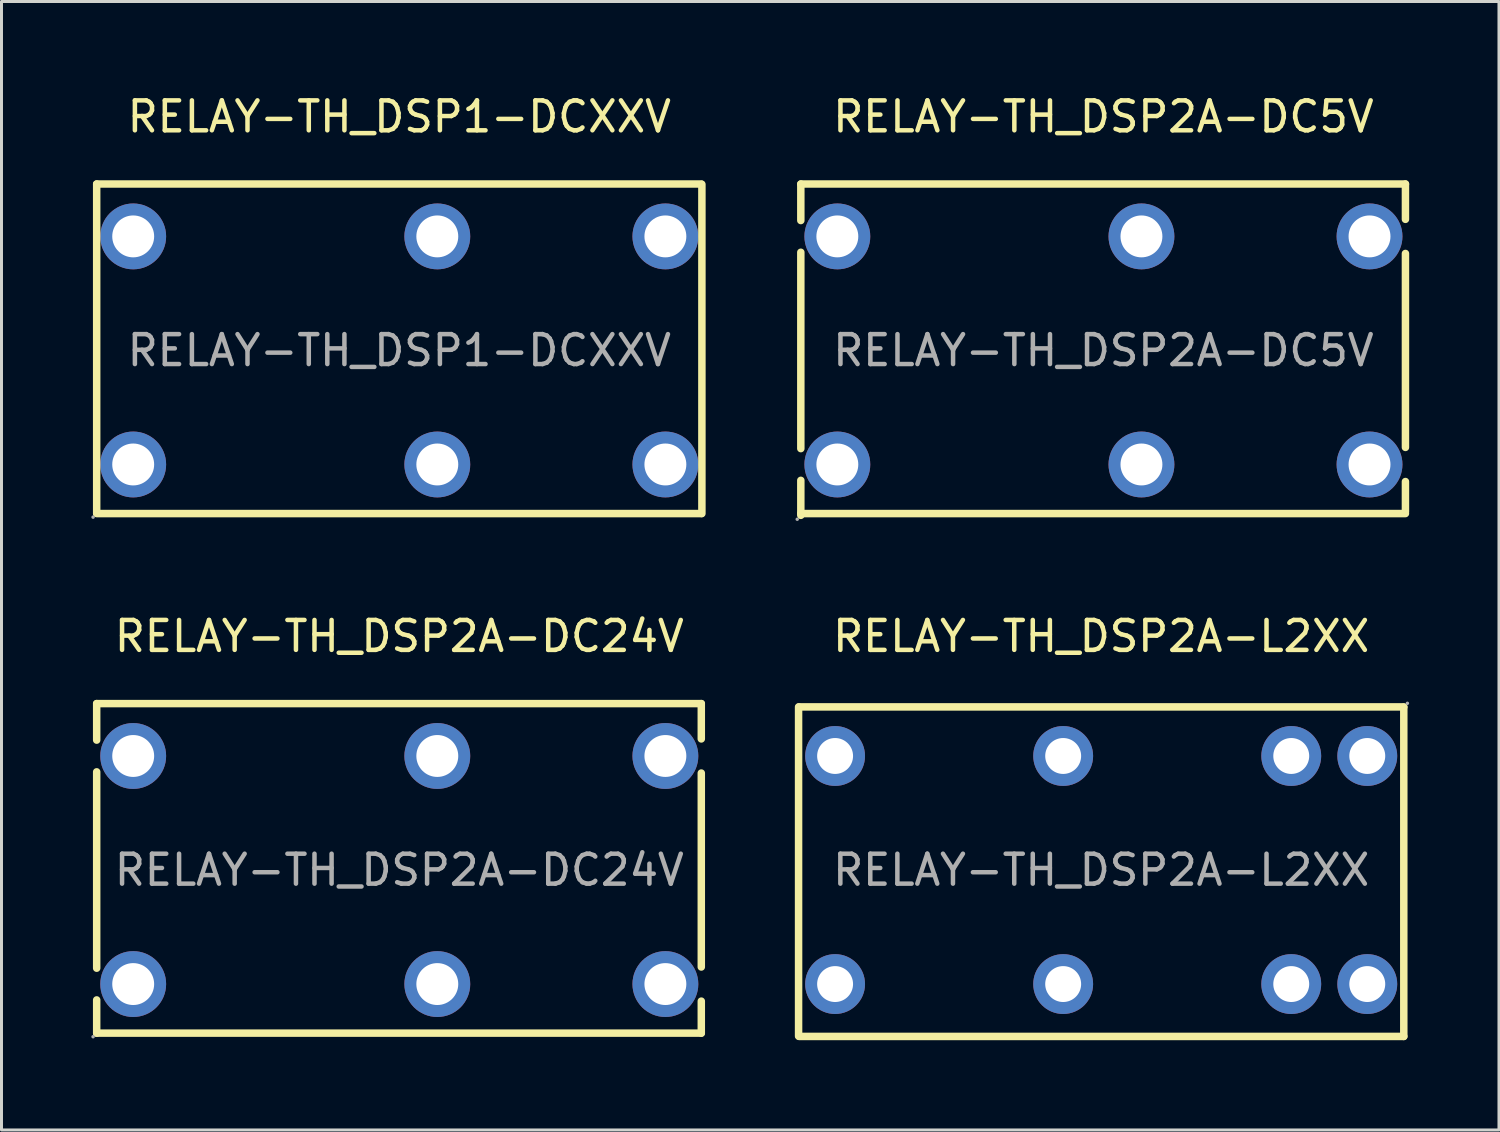
<source format=kicad_pcb>
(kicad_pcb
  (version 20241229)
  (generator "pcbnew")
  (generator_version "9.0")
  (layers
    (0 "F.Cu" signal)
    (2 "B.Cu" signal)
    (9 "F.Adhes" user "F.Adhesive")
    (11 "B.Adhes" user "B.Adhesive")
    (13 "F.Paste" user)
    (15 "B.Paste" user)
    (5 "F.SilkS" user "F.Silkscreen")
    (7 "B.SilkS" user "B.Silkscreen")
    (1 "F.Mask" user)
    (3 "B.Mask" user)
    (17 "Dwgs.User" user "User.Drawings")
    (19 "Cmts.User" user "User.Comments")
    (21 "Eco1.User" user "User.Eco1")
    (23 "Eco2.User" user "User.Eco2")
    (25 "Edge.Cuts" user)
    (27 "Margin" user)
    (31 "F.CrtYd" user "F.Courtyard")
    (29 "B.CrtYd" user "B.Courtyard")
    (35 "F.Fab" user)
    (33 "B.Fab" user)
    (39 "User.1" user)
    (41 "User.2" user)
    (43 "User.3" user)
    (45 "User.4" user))
  (footprint "RELAY-TH_DSP1-DCXXV"
    (layer "F.Cu")
    (at 10.29 8.658)
    (property "Reference" "RELAY-TH_DSP1-DCXXV" (at 0 -7.81 0) (layer "F.SilkS") (effects (font (size 1 1) (thickness 0.15))))
    (attr through_hole)
    (fp_line (start -10.11 -5.56) (end -10.11 5.44) (stroke (width 0.25) (type solid)) (layer "F.SilkS"))
    (fp_line (start -10.11 -5.56) (end 10.09 -5.56) (stroke (width 0.25) (type solid)) (layer "F.SilkS"))
    (fp_line (start -10.11 5.45) (end 10.09 5.45) (stroke (width 0.25) (type solid)) (layer "F.SilkS"))
    (fp_line (start 10.11 -5.55) (end 10.11 5.45) (stroke (width 0.25) (type solid)) (layer "F.SilkS"))
    (fp_circle (center -10.23 5.57) (end -10.2 5.57) (stroke (width 0.06) (type solid)) (fill no) (layer "F.Fab"))
    (fp_circle (center -8.89 -3.81) (end -8.59 -3.81) (stroke (width 0.6) (type solid)) (fill no) (layer "F.Fab"))
    (fp_circle (center -8.89 3.81) (end -8.59 3.81) (stroke (width 0.6) (type solid)) (fill no) (layer "F.Fab"))
    (fp_circle (center 1.27 -3.81) (end 1.57 -3.81) (stroke (width 0.6) (type solid)) (fill no) (layer "F.Fab"))
    (fp_circle (center 1.27 3.81) (end 1.57 3.81) (stroke (width 0.6) (type solid)) (fill no) (layer "F.Fab"))
    (fp_circle (center 8.89 -3.81) (end 9.19 -3.81) (stroke (width 0.6) (type solid)) (fill no) (layer "F.Fab"))
    (fp_circle (center 8.89 3.81) (end 9.19 3.81) (stroke (width 0.6) (type solid)) (fill no) (layer "F.Fab"))
    (fp_text user "${REFERENCE}" (at 0 0 0) (layer "F.Fab") (effects (font (size 1 1) (thickness 0.15))))
    (pad "1" thru_hole circle (at -8.89 3.81 180) (size 2.2 2.2) (drill 1.4) (layers "*.Cu" "*.Paste" "*.Mask"))
    (pad "5" thru_hole circle (at 1.27 3.81 180) (size 2.2 2.2) (drill 1.4) (layers "*.Cu" "*.Paste" "*.Mask"))
    (pad "8" thru_hole circle (at 8.89 3.81 180) (size 2.2 2.2) (drill 1.4) (layers "*.Cu" "*.Paste" "*.Mask"))
    (pad "9" thru_hole circle (at 8.89 -3.81 180) (size 2.2 2.2) (drill 1.4) (layers "*.Cu" "*.Paste" "*.Mask"))
    (pad "12" thru_hole circle (at 1.27 -3.81 180) (size 2.2 2.2) (drill 1.4) (layers "*.Cu" "*.Paste" "*.Mask"))
    (pad "16" thru_hole circle (at -8.89 -3.81 180) (size 2.2 2.2) (drill 1.4) (layers "*.Cu" "*.Paste" "*.Mask")))
  (footprint "RELAY-TH_DSP2A-L2XX"
    (layer "F.Cu")
    (at 33.74 26.017)
    (property "Reference" "RELAY-TH_DSP2A-L2XX" (at 0 -7.81 0) (layer "F.SilkS") (effects (font (size 1 1) (thickness 0.15))))
    (attr through_hole)
    (fp_line (start -10.11 5.55) (end -10.11 -5.45) (stroke (width 0.25) (type solid)) (layer "F.SilkS"))
    (fp_line (start 10.11 -5.45) (end -10.09 -5.45) (stroke (width 0.25) (type solid)) (layer "F.SilkS"))
    (fp_line (start 10.11 5.56) (end -10.09 5.56) (stroke (width 0.25) (type solid)) (layer "F.SilkS"))
    (fp_line (start 10.11 5.56) (end 10.11 -5.44) (stroke (width 0.25) (type solid)) (layer "F.SilkS"))
    (fp_circle (center -8.89 -3.81) (end -8.64 -3.81) (stroke (width 0.5) (type solid)) (fill no) (layer "F.Fab"))
    (fp_circle (center -8.89 3.81) (end -8.64 3.81) (stroke (width 0.5) (type solid)) (fill no) (layer "F.Fab"))
    (fp_circle (center -1.27 -3.81) (end -1.02 -3.81) (stroke (width 0.5) (type solid)) (fill no) (layer "F.Fab"))
    (fp_circle (center -1.27 3.81) (end -1.02 3.81) (stroke (width 0.5) (type solid)) (fill no) (layer "F.Fab"))
    (fp_circle (center 6.35 -3.81) (end 6.6 -3.81) (stroke (width 0.5) (type solid)) (fill no) (layer "F.Fab"))
    (fp_circle (center 6.35 3.81) (end 6.6 3.81) (stroke (width 0.5) (type solid)) (fill no) (layer "F.Fab"))
    (fp_circle (center 8.89 -3.81) (end 9.14 -3.81) (stroke (width 0.5) (type solid)) (fill no) (layer "F.Fab"))
    (fp_circle (center 8.89 3.81) (end 9.14 3.81) (stroke (width 0.5) (type solid)) (fill no) (layer "F.Fab"))
    (fp_circle (center 10.23 -5.57) (end 10.26 -5.57) (stroke (width 0.06) (type solid)) (fill no) (layer "F.Fab"))
    (fp_text user "${REFERENCE}" (at 0 0 0) (layer "F.Fab") (effects (font (size 1 1) (thickness 0.15))))
    (pad "1" thru_hole circle (at 8.89 -3.81) (size 2 2) (drill 1.2) (layers "*.Cu" "*.Paste" "*.Mask"))
    (pad "2" thru_hole circle (at 6.35 -3.81) (size 2 2) (drill 1.2) (layers "*.Cu" "*.Paste" "*.Mask"))
    (pad "5" thru_hole circle (at -1.27 -3.81) (size 2 2) (drill 1.2) (layers "*.Cu" "*.Paste" "*.Mask"))
    (pad "8" thru_hole circle (at -8.89 -3.81) (size 2 2) (drill 1.2) (layers "*.Cu" "*.Paste" "*.Mask"))
    (pad "9" thru_hole circle (at -8.89 3.81) (size 2 2) (drill 1.2) (layers "*.Cu" "*.Paste" "*.Mask"))
    (pad "12" thru_hole circle (at -1.27 3.81) (size 2 2) (drill 1.2) (layers "*.Cu" "*.Paste" "*.Mask"))
    (pad "15" thru_hole circle (at 6.35 3.81) (size 2 2) (drill 1.2) (layers "*.Cu" "*.Paste" "*.Mask"))
    (pad "16" thru_hole circle (at 8.89 3.81) (size 2 2) (drill 1.2) (layers "*.Cu" "*.Paste" "*.Mask")))
  (footprint "RELAY-TH_DSP2A-DC24V"
    (layer "F.Cu")
    (at 10.29 26.017)
    (property "Reference" "RELAY-TH_DSP2A-DC24V" (at 0 -7.81 0) (layer "F.SilkS") (effects (font (size 1 1) (thickness 0.15))))
    (attr through_hole)
    (fp_line (start -10.11 -5.56) (end -10.11 -4.34) (stroke (width 0.25) (type solid)) (layer "F.SilkS"))
    (fp_line (start -10.11 -5.56) (end 10.09 -5.56) (stroke (width 0.25) (type solid)) (layer "F.SilkS"))
    (fp_line (start -10.11 -3.28) (end -10.11 3.28) (stroke (width 0.25) (type solid)) (layer "F.SilkS"))
    (fp_line (start -10.11 4.34) (end -10.11 5.45) (stroke (width 0.25) (type solid)) (layer "F.SilkS"))
    (fp_line (start -10.11 5.45) (end 10.09 5.45) (stroke (width 0.25) (type solid)) (layer "F.SilkS"))
    (fp_line (start 10.09 -5.56) (end 10.09 -4.38) (stroke (width 0.25) (type solid)) (layer "F.SilkS"))
    (fp_line (start 10.09 -3.24) (end 10.09 3.24) (stroke (width 0.25) (type solid)) (layer "F.SilkS"))
    (fp_line (start 10.09 4.38) (end 10.09 5.45) (stroke (width 0.25) (type solid)) (layer "F.SilkS"))
    (fp_circle (center -10.23 5.57) (end -10.2 5.57) (stroke (width 0.06) (type solid)) (fill no) (layer "F.Fab"))
    (fp_circle (center -8.89 -3.81) (end -8.59 -3.81) (stroke (width 0.6) (type solid)) (fill no) (layer "F.Fab"))
    (fp_circle (center -8.89 3.81) (end -8.59 3.81) (stroke (width 0.6) (type solid)) (fill no) (layer "F.Fab"))
    (fp_circle (center 1.27 -3.81) (end 1.57 -3.81) (stroke (width 0.6) (type solid)) (fill no) (layer "F.Fab"))
    (fp_circle (center 1.27 3.81) (end 1.57 3.81) (stroke (width 0.6) (type solid)) (fill no) (layer "F.Fab"))
    (fp_circle (center 8.89 -3.81) (end 9.19 -3.81) (stroke (width 0.6) (type solid)) (fill no) (layer "F.Fab"))
    (fp_circle (center 8.89 3.81) (end 9.19 3.81) (stroke (width 0.6) (type solid)) (fill no) (layer "F.Fab"))
    (fp_text user "${REFERENCE}" (at 0 0 0) (layer "F.Fab") (effects (font (size 1 1) (thickness 0.15))))
    (pad "1" thru_hole circle (at -8.89 3.81 180) (size 2.2 2.2) (drill 1.4) (layers "*.Cu" "*.Paste" "*.Mask"))
    (pad "5" thru_hole circle (at 1.27 3.81 180) (size 2.2 2.2) (drill 1.4) (layers "*.Cu" "*.Paste" "*.Mask"))
    (pad "8" thru_hole circle (at 8.89 3.81 180) (size 2.2 2.2) (drill 1.4) (layers "*.Cu" "*.Paste" "*.Mask"))
    (pad "9" thru_hole circle (at 8.89 -3.81 180) (size 2.2 2.2) (drill 1.4) (layers "*.Cu" "*.Paste" "*.Mask"))
    (pad "12" thru_hole circle (at 1.27 -3.81 180) (size 2.2 2.2) (drill 1.4) (layers "*.Cu" "*.Paste" "*.Mask"))
    (pad "16" thru_hole circle (at -8.89 -3.81 180) (size 2.2 2.2) (drill 1.4) (layers "*.Cu" "*.Paste" "*.Mask")))
  (footprint "RELAY-TH_DSP2A-DC5V"
    (layer "F.Cu")
    (at 33.815 8.658)
    (property "Reference" "RELAY-TH_DSP2A-DC5V" (at 0 -7.81 0) (layer "F.SilkS") (effects (font (size 1 1) (thickness 0.15))))
    (attr through_hole)
    (fp_line (start -10.11 -5.56) (end -10.11 -4.34) (stroke (width 0.25) (type solid)) (layer "F.SilkS"))
    (fp_line (start -10.11 -5.56) (end 10.09 -5.56) (stroke (width 0.25) (type solid)) (layer "F.SilkS"))
    (fp_line (start -10.11 -3.28) (end -10.11 3.28) (stroke (width 0.25) (type solid)) (layer "F.SilkS"))
    (fp_line (start -10.11 4.34) (end -10.11 5.51) (stroke (width 0.25) (type solid)) (layer "F.SilkS"))
    (fp_line (start -10.11 5.45) (end 10.09 5.45) (stroke (width 0.25) (type solid)) (layer "F.SilkS"))
    (fp_line (start 10.09 -5.56) (end 10.09 -4.38) (stroke (width 0.25) (type solid)) (layer "F.SilkS"))
    (fp_line (start 10.09 -3.24) (end 10.09 3.24) (stroke (width 0.25) (type solid)) (layer "F.SilkS"))
    (fp_line (start 10.09 4.38) (end 10.09 5.39) (stroke (width 0.25) (type solid)) (layer "F.SilkS"))
    (fp_circle (center -10.23 5.64) (end -10.2 5.64) (stroke (width 0.06) (type solid)) (fill no) (layer "F.Fab"))
    (fp_circle (center -8.89 -3.81) (end -8.59 -3.81) (stroke (width 0.6) (type solid)) (fill no) (layer "F.Fab"))
    (fp_circle (center -8.89 3.81) (end -8.59 3.81) (stroke (width 0.6) (type solid)) (fill no) (layer "F.Fab"))
    (fp_circle (center 1.27 -3.81) (end 1.57 -3.81) (stroke (width 0.6) (type solid)) (fill no) (layer "F.Fab"))
    (fp_circle (center 1.27 3.81) (end 1.57 3.81) (stroke (width 0.6) (type solid)) (fill no) (layer "F.Fab"))
    (fp_circle (center 8.89 -3.81) (end 9.19 -3.81) (stroke (width 0.6) (type solid)) (fill no) (layer "F.Fab"))
    (fp_circle (center 8.89 3.81) (end 9.19 3.81) (stroke (width 0.6) (type solid)) (fill no) (layer "F.Fab"))
    (fp_text user "${REFERENCE}" (at 0 0 0) (layer "F.Fab") (effects (font (size 1 1) (thickness 0.15))))
    (pad "1" thru_hole circle (at -8.89 3.81 180) (size 2.2 2.2) (drill 1.4) (layers "*.Cu" "*.Paste" "*.Mask"))
    (pad "5" thru_hole circle (at 1.27 3.81 180) (size 2.2 2.2) (drill 1.4) (layers "*.Cu" "*.Paste" "*.Mask"))
    (pad "8" thru_hole circle (at 8.89 3.81 180) (size 2.2 2.2) (drill 1.4) (layers "*.Cu" "*.Paste" "*.Mask"))
    (pad "9" thru_hole circle (at 8.89 -3.81 180) (size 2.2 2.2) (drill 1.4) (layers "*.Cu" "*.Paste" "*.Mask"))
    (pad "12" thru_hole circle (at 1.27 -3.81 180) (size 2.2 2.2) (drill 1.4) (layers "*.Cu" "*.Paste" "*.Mask"))
    (pad "16" thru_hole circle (at -8.89 -3.81 180) (size 2.2 2.2) (drill 1.4) (layers "*.Cu" "*.Paste" "*.Mask")))
  (gr_rect
    (start -3 -3)
    (end 47.03 34.702)
    (stroke (width 0.1) (type default))
    (fill no)
    (layer "Edge.Cuts")))
</source>
